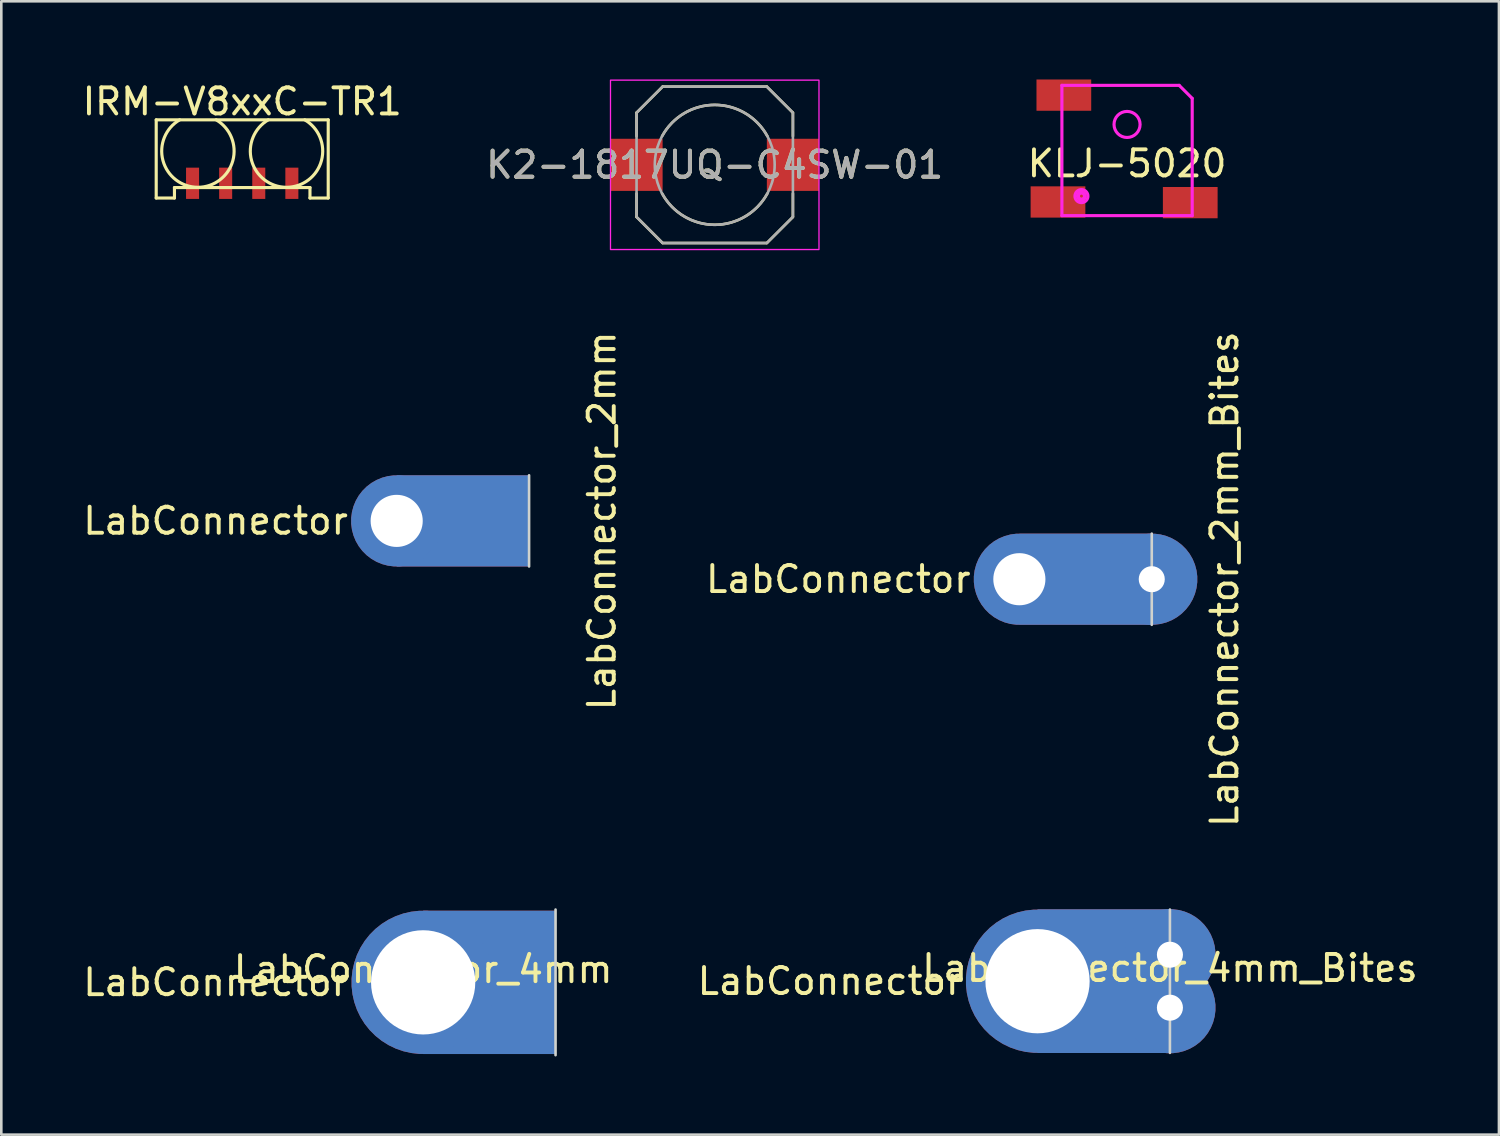
<source format=kicad_pcb>
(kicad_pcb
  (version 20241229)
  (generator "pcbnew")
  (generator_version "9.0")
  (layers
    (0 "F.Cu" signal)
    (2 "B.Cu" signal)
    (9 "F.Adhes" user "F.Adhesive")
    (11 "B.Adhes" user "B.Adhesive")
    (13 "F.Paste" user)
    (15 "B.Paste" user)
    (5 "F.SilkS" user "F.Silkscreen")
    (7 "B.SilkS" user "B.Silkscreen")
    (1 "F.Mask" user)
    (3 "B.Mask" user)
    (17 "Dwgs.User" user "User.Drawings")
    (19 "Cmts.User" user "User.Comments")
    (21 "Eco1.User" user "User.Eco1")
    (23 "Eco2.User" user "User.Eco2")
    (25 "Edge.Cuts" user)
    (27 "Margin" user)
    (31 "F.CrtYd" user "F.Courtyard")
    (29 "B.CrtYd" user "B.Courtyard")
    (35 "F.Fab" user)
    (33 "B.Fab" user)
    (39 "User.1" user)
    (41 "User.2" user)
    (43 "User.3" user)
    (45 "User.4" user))
  (footprint "K2-1817UQ-C4SW-01"
    (layer "F.Cu")
    (at 24.375 3.275)
    (property "Reference" "K2-1817UQ-C4SW-01" (at 0 0 0) (unlocked yes) (layer "F.SilkS") (effects (font (size 1 1) (thickness 0.15))))
    (attr smd)
    (fp_line (start -3 -1.1) (end -3 -2) (stroke (width 0.1) (type solid)) (layer "F.SilkS"))
    (fp_line (start -3 2) (end -3 1.1) (stroke (width 0.1) (type solid)) (layer "F.SilkS"))
    (fp_line (start -3 2) (end -2 3) (stroke (width 0.1) (type solid)) (layer "F.SilkS"))
    (fp_line (start -2 -3) (end -3 -2) (stroke (width 0.1) (type solid)) (layer "F.SilkS"))
    (fp_line (start -2 -3) (end 2 -3) (stroke (width 0.1) (type solid)) (layer "F.SilkS"))
    (fp_line (start 2 3) (end -2 3) (stroke (width 0.1) (type solid)) (layer "F.SilkS"))
    (fp_line (start 2 3) (end 3 2) (stroke (width 0.1) (type solid)) (layer "F.SilkS"))
    (fp_line (start 3 -2) (end 2 -3) (stroke (width 0.1) (type solid)) (layer "F.SilkS"))
    (fp_line (start 3 -2) (end 3 -1.1) (stroke (width 0.1) (type solid)) (layer "F.SilkS"))
    (fp_line (start 3 1.1) (end 3 2) (stroke (width 0.1) (type solid)) (layer "F.SilkS"))
    (fp_arc (start -2.02 -1.1) (mid 0 -2.300252) (end 2.02 -1.1) (stroke (width 0.1) (type solid)) (layer "F.SilkS"))
    (fp_arc (start 2.02 1.099748) (mid 0 2.3) (end -2.02 1.099748) (stroke (width 0.1) (type solid)) (layer "F.SilkS"))
    (fp_rect (start -4 -3.25) (end 4 3.25) (stroke (width 0.05) (type solid)) (fill no) (layer "F.CrtYd"))
    (fp_circle (center 0 0) (end 2.3 0) (stroke (width 0.1) (type solid)) (fill no) (layer "F.Fab"))
    (fp_poly (pts (xy 3 -2) (xy 3 2) (xy 2 3) (xy -2 3) (xy -3 2) (xy -3 -2) (xy -2 -3) (xy 2 -3)) (stroke (width 0.1) (type solid)) (fill no) (layer "F.Fab"))
    (fp_text user "${REFERENCE}" (at 0 0 0) (unlocked yes) (layer "F.Fab") (effects (font (size 1 1) (thickness 0.15))))
    (pad "1" smd rect (at -3 0) (size 2 2) (layers "F.Cu" "F.Mask" "F.Paste"))
    (pad "2" smd rect (at 3 0) (size 2 2) (layers "F.Cu" "F.Mask" "F.Paste")))
  (footprint "LabConnector_2mm_Bites"
    (layer "F.Cu")
    (at 41.144 19.175)
    (property "Reference" "LabConnector_2mm_Bites" (at 2.794 0 90) (unlocked yes) (layer "F.SilkS") (effects (font (size 1 1) (thickness 0.15))))
    (property "Value" "LabConnector" (at -6.858 0 0) (unlocked yes) (layer "F.Fab") (hide yes) (effects (font (size 1 1) (thickness 0.15)) (justify right)))
    (fp_line (start 0 -1.75) (end 0 1.75) (stroke (width 0.1) (type solid)) (layer "Edge.Cuts"))
    (fp_text user "${VALUE}" (at -6.858 0 0) (layer "F.SilkS") (effects (font (size 1 1) (thickness 0.15)) (justify right)))
    (pad "1" thru_hole custom (at -5.08 0) (size 3.5 3.5) (drill 2) (layers "*.Cu" "*.Mask") (remove_unused_layers yes) (keep_end_layers yes) (zone_layer_connections) (options (anchor circle)) (primitives (gr_poly (pts (xy 0 -1.75) (xy 0 1.75) (xy 5.08 1.75) (xy 5.08 -1.75)) (width 0) (fill yes))))
    (pad "1" thru_hole custom (at 0 0) (size 3.5 3.5) (drill 1) (layers "*.Cu" "*.Mask") (options (anchor circle)) (primitives)))
  (footprint "LabConnector_4mm"
    (layer "F.Cu")
    (at 13.187 34.644)
    (property "Reference" "LabConnector_4mm" (at 0 -0.5 0) (unlocked yes) (layer "F.SilkS") (effects (font (size 1 1) (thickness 0.15))))
    (property "Value" "LabConnector" (at -2.794 0 0) (layer "F.Fab") (hide yes) (effects (font (size 1 1) (thickness 0.15)) (justify right)))
    (fp_rect (start 0 -2.75) (end 5.08 2.75) (stroke (width 0) (type solid)) (fill yes) (layer "F.Cu"))
    (fp_rect (start 0 -2.75) (end 5.08 2.75) (stroke (width 0) (type solid)) (fill yes) (layer "F.Mask"))
    (fp_rect (start 0 -2.75) (end 5.08 2.75) (stroke (width 0) (type solid)) (fill yes) (layer "B.Cu"))
    (fp_rect (start 0 -2.75) (end 5.08 2.75) (stroke (width 0) (type solid)) (fill yes) (layer "B.Mask"))
    (fp_line (start 5.08 -2.794) (end 5.08 2.794) (stroke (width 0.1) (type solid)) (layer "Edge.Cuts"))
    (fp_text user "${VALUE}" (at -2.794 0 0) (layer "F.SilkS") (effects (font (size 1 1) (thickness 0.15)) (justify right)))
    (pad "1" thru_hole custom (at 0 0) (size 5.5 5.5) (drill 4) (layers "*.Cu" "*.Mask") (remove_unused_layers yes) (keep_end_layers yes) (zone_layer_connections) (options (anchor circle)) (primitives)))
  (footprint "KLJ-5020"
    (layer "F.Cu")
    (at 40.196 2.725)
    (property "Reference" "KLJ-5020" (at 0 0.5 0) (layer "F.SilkS") (effects (font (size 1 1) (thickness 0.15))))
    (attr through_hole)
    (fp_line (start -2.5 -2.5) (end 2 -2.5) (stroke (width 0.12) (type solid)) (layer "F.CrtYd"))
    (fp_line (start -2.5 2.5) (end -2.5 -2.5) (stroke (width 0.12) (type solid)) (layer "F.CrtYd"))
    (fp_line (start 2 -2.5) (end 2.5 -2) (stroke (width 0.12) (type solid)) (layer "F.CrtYd"))
    (fp_line (start 2.5 -2) (end 2.5 2.5) (stroke (width 0.12) (type solid)) (layer "F.CrtYd"))
    (fp_line (start 2.5 2.5) (end -2.5 2.5) (stroke (width 0.12) (type solid)) (layer "F.CrtYd"))
    (fp_circle (center -1.75 1.75) (end -1.75 1.5) (stroke (width 0.12) (type solid)) (fill no) (layer "F.CrtYd"))
    (fp_circle (center -1.75 1.75) (end -1.7 1.725) (stroke (width 0.12) (type solid)) (fill no) (layer "F.CrtYd"))
    (fp_circle (center -1.75 1.75) (end -1.6 1.75) (stroke (width 0.12) (type solid)) (fill no) (layer "F.CrtYd"))
    (fp_circle (center 0 -1) (end 0 -1.5) (stroke (width 0.12) (type solid)) (fill no) (layer "F.CrtYd"))
    (pad "+" smd rect (at -2.65 1.975 180) (size 2.1 1.2) (layers "F.Cu" "F.Mask" "F.Paste"))
    (pad "-" smd rect (at 2.425 2 180) (size 2.1 1.2) (layers "F.Cu" "F.Mask" "F.Paste"))
    (pad "NC" smd rect (at -2.425 -2.125 180) (size 2.1 1.2) (layers "F.Cu" "F.Mask" "F.Paste")))
  (footprint "IRM-V8xxC-TR1"
    (layer "F.Cu")
    (at 6.244 3.048)
    (property "Reference" "IRM-V8xxC-TR1" (at 0 -2.2 0) (layer "F.SilkS") (effects (font (size 1 1) (thickness 0.15))))
    (attr smd)
    (fp_line (start -3.3 -1.5) (end -3.3 1.5) (stroke (width 0.12) (type solid)) (layer "F.SilkS"))
    (fp_line (start -3.3 -1.5) (end 3.3 -1.5) (stroke (width 0.12) (type solid)) (layer "F.SilkS"))
    (fp_line (start -3.3 1.5) (end -2.6 1.5) (stroke (width 0.12) (type solid)) (layer "F.SilkS"))
    (fp_line (start -2.6 1.5) (end -2.6 1.1) (stroke (width 0.12) (type solid)) (layer "F.SilkS"))
    (fp_line (start 2.6 1.1) (end -2.6 1.1) (stroke (width 0.12) (type solid)) (layer "F.SilkS"))
    (fp_line (start 2.6 1.5) (end 2.6 1.1) (stroke (width 0.12) (type solid)) (layer "F.SilkS"))
    (fp_line (start 2.6 1.5) (end 3.3 1.5) (stroke (width 0.12) (type solid)) (layer "F.SilkS"))
    (fp_line (start 3.3 -1.5) (end 3.3 1.5) (stroke (width 0.12) (type solid)) (layer "F.SilkS"))
    (fp_arc (start -1 -1.5) (mid -1.7 1.089244) (end -2.4 -1.5) (stroke (width 0.12) (type solid)) (layer "F.SilkS"))
    (fp_arc (start 2.4 -1.5) (mid 1.7 1.089244) (end 1 -1.5) (stroke (width 0.12) (type solid)) (layer "F.SilkS"))
    (pad "1" smd rect (at -1.905 0.935) (size 0.5 1.2) (layers "F.Cu" "F.Mask" "F.Paste"))
    (pad "2" smd rect (at -0.635 0.935) (size 0.5 1.2) (layers "F.Cu" "F.Mask" "F.Paste"))
    (pad "3" smd rect (at 0.635 0.935) (size 0.5 1.2) (layers "F.Cu" "F.Mask" "F.Paste"))
    (pad "4" smd rect (at 1.905 0.935) (size 0.5 1.2) (layers "F.Cu" "F.Mask" "F.Paste")))
  (footprint "LabConnector_4mm_Bites"
    (layer "F.Cu")
    (at 41.841 34.6)
    (property "Reference" "LabConnector_4mm_Bites" (at 0 -0.5 0) (unlocked yes) (layer "F.SilkS") (effects (font (size 1 1) (thickness 0.15))))
    (property "Value" "LabConnector" (at -7.874 0 0) (layer "F.Fab") (hide yes) (effects (font (size 1 1) (thickness 0.15)) (justify right)))
    (fp_rect (start -5.08 -2.75) (end 0 2.75) (stroke (width 0) (type solid)) (fill yes) (layer "F.Cu"))
    (fp_rect (start -5.08 -2.75) (end 0 2.75) (stroke (width 0) (type solid)) (fill yes) (layer "F.Mask"))
    (fp_rect (start -5.08 -2.75) (end 0 2.75) (stroke (width 0) (type solid)) (fill yes) (layer "B.Cu"))
    (fp_rect (start -5.08 -2.75) (end 0 2.75) (stroke (width 0) (type solid)) (fill yes) (layer "B.Mask"))
    (fp_line (start 0 -2.75) (end 0 2.75) (stroke (width 0.1) (type solid)) (layer "Edge.Cuts"))
    (fp_text user "${VALUE}" (at -7.874 0 0) (layer "F.SilkS") (effects (font (size 1 1) (thickness 0.15)) (justify right)))
    (pad "1" thru_hole custom (at -5.08 0) (size 5.5 5.5) (drill 4) (layers "*.Cu" "*.Mask") (remove_unused_layers yes) (keep_end_layers yes) (zone_layer_connections) (options (anchor circle)) (primitives (gr_poly (pts (xy 0 -2.75) (xy 0 2.75) (xy 5.08 2.75) (xy 5.08 -2.75)) (width 0) (fill yes))))
    (pad "1" thru_hole custom (at 0 -1.016) (size 3.5 3.5) (drill 1) (layers "*.Cu" "*.Mask") (options (anchor circle)) (primitives))
    (pad "1" thru_hole custom (at 0 1.016) (size 3.5 3.5) (drill 1) (layers "*.Cu" "*.Mask") (options (anchor circle)) (primitives)))
  (footprint "LabConnector_2mm"
    (layer "F.Cu")
    (at 17.251 16.937)
    (property "Reference" "LabConnector_2mm" (at 2.794 0 90) (unlocked yes) (layer "F.SilkS") (effects (font (size 1 1) (thickness 0.15))))
    (property "Value" "LabConnector" (at -6.858 0 0) (unlocked yes) (layer "F.Fab") (hide yes) (effects (font (size 1 1) (thickness 0.15)) (justify right)))
    (fp_rect (start -5.08 -1.75) (end 0 1.75) (stroke (width 0) (type solid)) (fill yes) (layer "F.Cu"))
    (fp_rect (start -5.08 -1.75) (end 0 1.75) (stroke (width 0) (type solid)) (fill yes) (layer "F.Mask"))
    (fp_rect (start -5.08 -1.75) (end 0 1.75) (stroke (width 0) (type solid)) (fill yes) (layer "B.Cu"))
    (fp_rect (start -5.08 -1.75) (end 0 1.75) (stroke (width 0) (type solid)) (fill yes) (layer "B.Mask"))
    (fp_line (start 0 -1.75) (end 0 1.75) (stroke (width 0.1) (type solid)) (layer "Edge.Cuts"))
    (fp_text user "${VALUE}" (at -6.858 0 0) (layer "F.SilkS") (effects (font (size 1 1) (thickness 0.15)) (justify right)))
    (pad "1" thru_hole custom (at -5.08 0) (size 3.5 3.5) (drill 2) (layers "*.Cu" "*.Mask") (remove_unused_layers yes) (keep_end_layers yes) (zone_layer_connections) (options (anchor circle)) (primitives)))
  (gr_rect
    (start -3 -3)
    (end 54.466 40.488)
    (stroke (width 0.1) (type default))
    (fill no)
    (layer "Edge.Cuts")))
</source>
